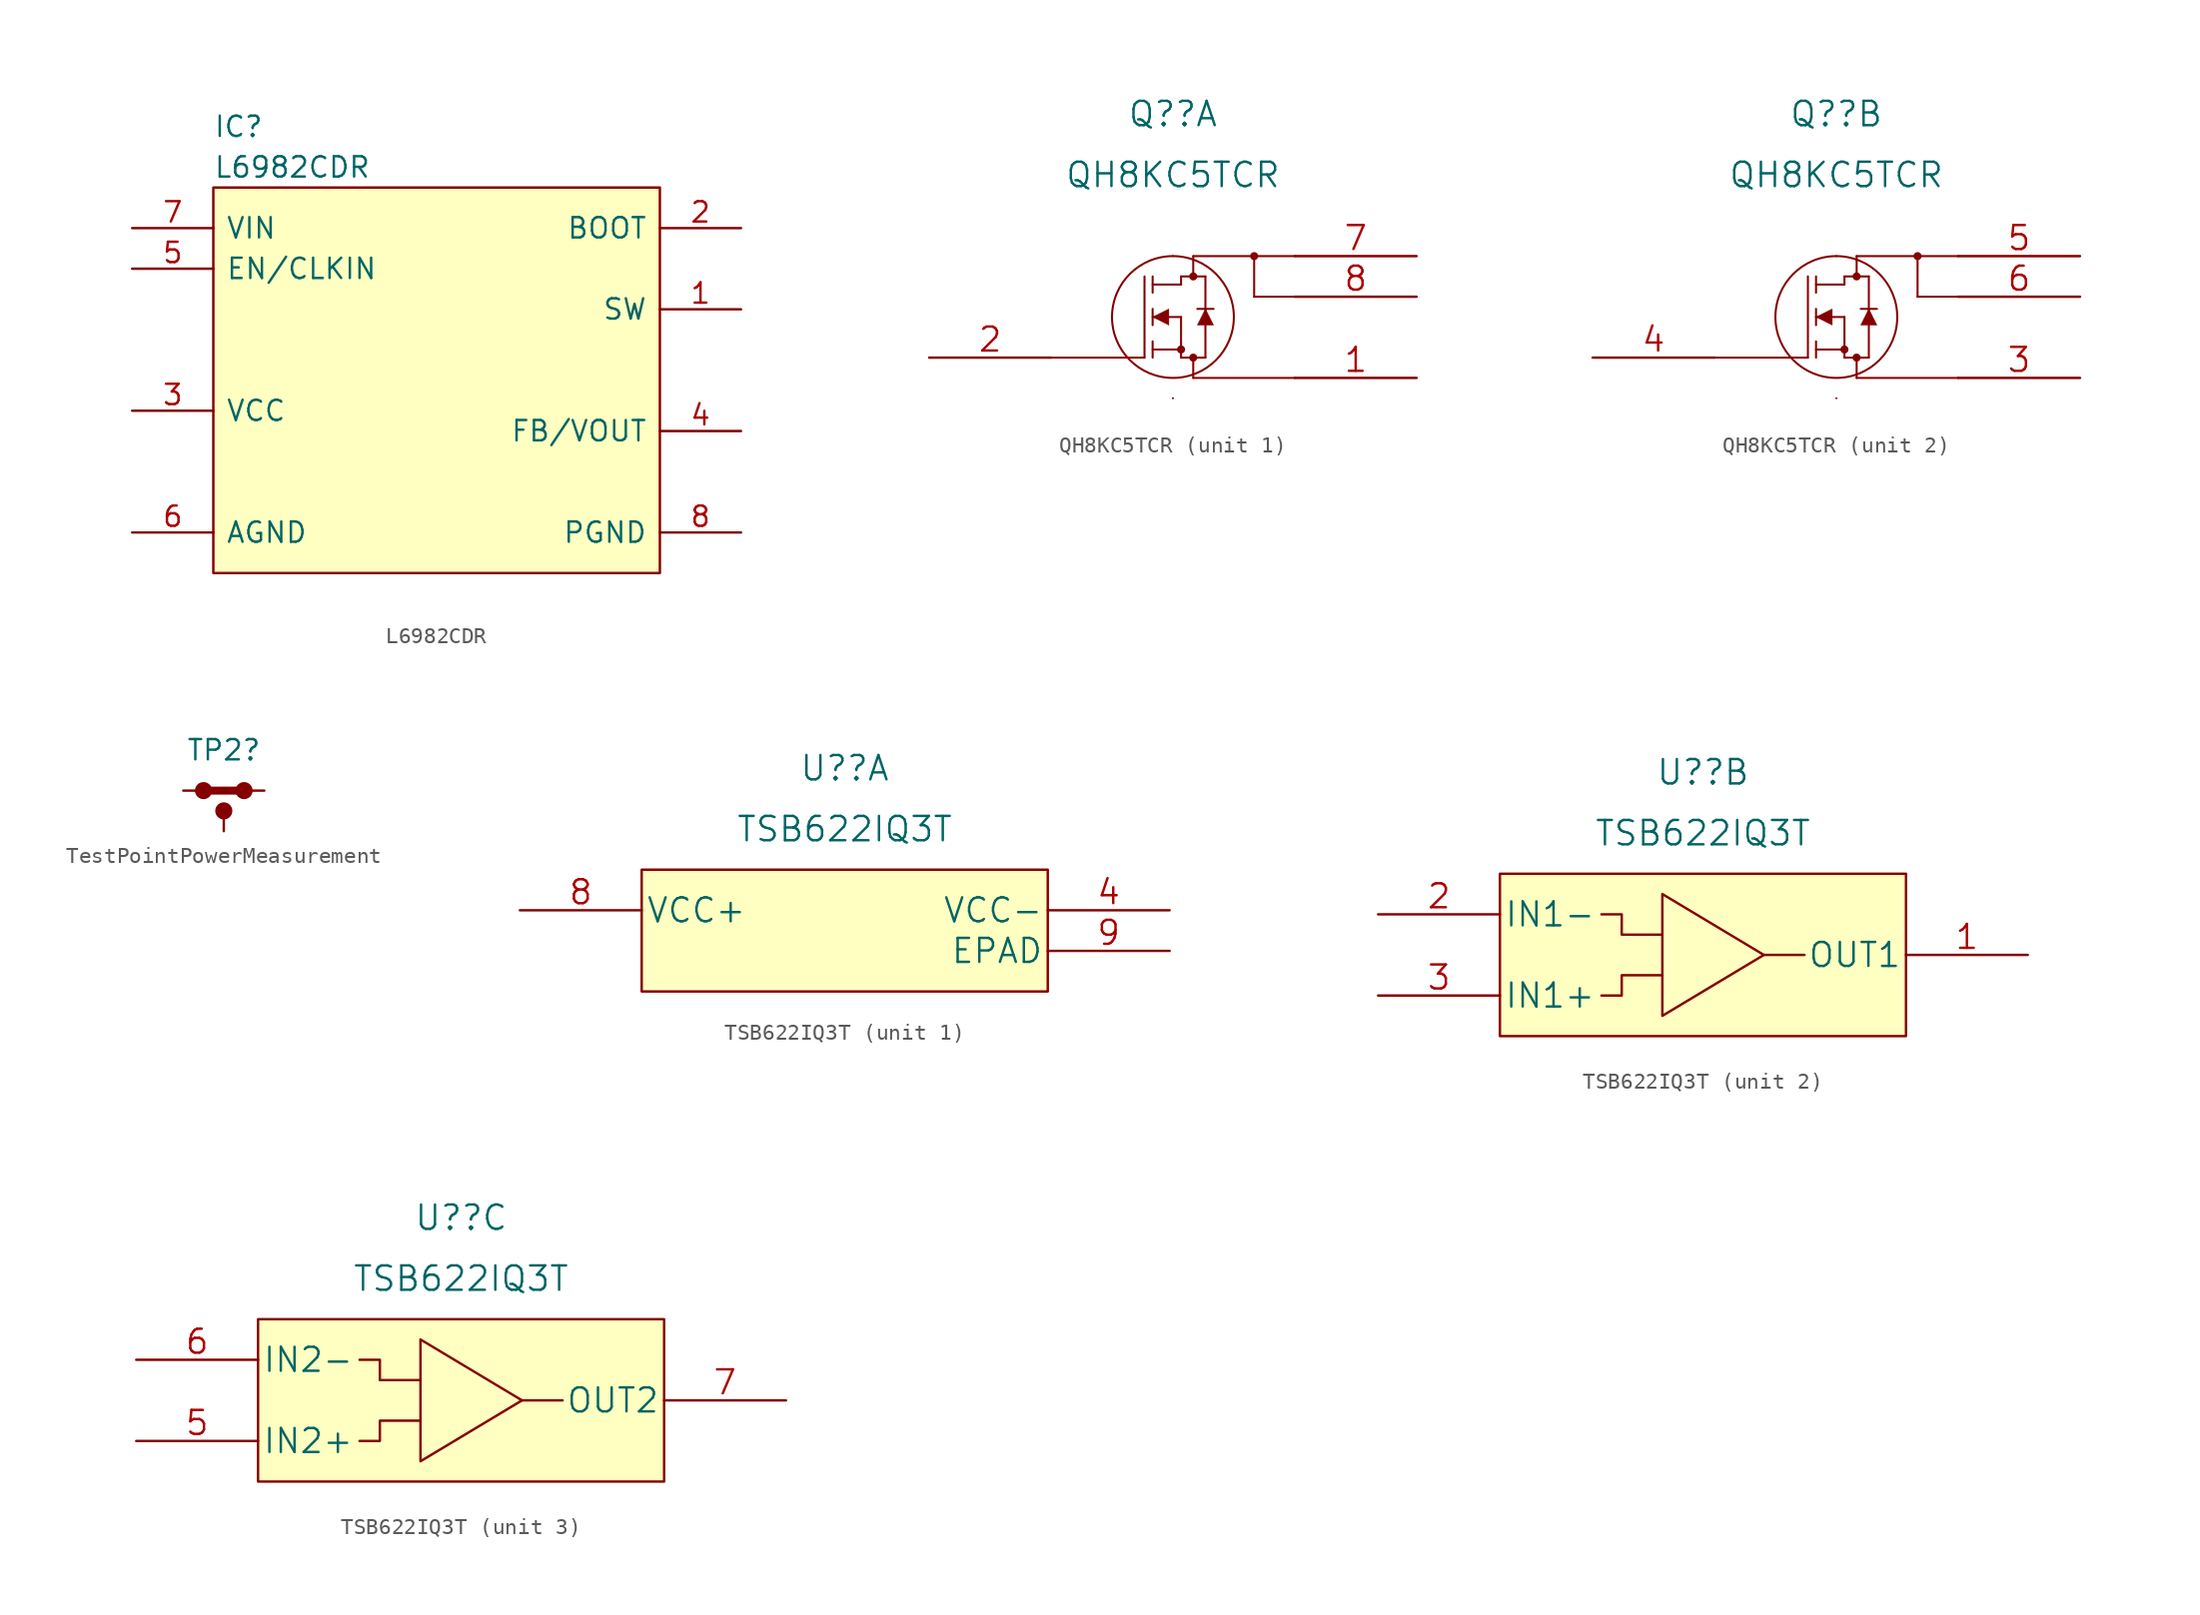
<source format=kicad_sym>
(kicad_symbol_lib
  (version 20220914)
  (generator kicad_symbol_editor)
  (symbol "L6982CDR"
    (pin_names
      (offset 0.762))
    (property "Reference" "IC"
      (at 5.08 6.35 0)
      (effects (font (size 1.27 1.27)) (justify left)))
    (property "Value" "L6982CDR"
      (at 5.08 3.81 0)
      (effects (font (size 1.27 1.27)) (justify left)))
    (symbol "L6982CDR_0_0"
      (pin passive line (at 38.1 -5.08 180) (length 5.08) (name "SW" (effects (font (size 1.27 1.27)))) (number "1" (effects (font (size 1.27 1.27)))))
      (pin passive line (at 38.1 0 180) (length 5.08) (name "BOOT" (effects (font (size 1.27 1.27)))) (number "2" (effects (font (size 1.27 1.27)))))
      (pin passive line (at 0 -11.43 0) (length 5.08) (name "VCC" (effects (font (size 1.27 1.27)))) (number "3" (effects (font (size 1.27 1.27)))))
      (pin passive line (at 38.1 -12.7 180) (length 5.08) (name "FB/VOUT" (effects (font (size 1.27 1.27)))) (number "4" (effects (font (size 1.27 1.27)))))
      (pin passive line (at 0 -2.54 0) (length 5.08) (name "EN/CLKIN" (effects (font (size 1.27 1.27)))) (number "5" (effects (font (size 1.27 1.27)))))
      (pin passive line (at 0 -19.05 0) (length 5.08) (name "AGND" (effects (font (size 1.27 1.27)))) (number "6" (effects (font (size 1.27 1.27)))))
      (pin passive line (at 0 0 0) (length 5.08) (name "VIN" (effects (font (size 1.27 1.27)))) (number "7" (effects (font (size 1.27 1.27)))))
      (pin passive line (at 38.1 -19.05 180) (length 5.08) (name "PGND" (effects (font (size 1.27 1.27)))) (number "8" (effects (font (size 1.27 1.27))))))
    (symbol "L6982CDR_0_1"
      (polyline (pts (xy 5.08 2.54) (xy 33.02 2.54) (xy 33.02 -21.59) (xy 5.08 -21.59) (xy 5.08 2.54)) (stroke (width 0.152) (type default)) (fill (type background)))))
  (symbol "QH8KC5TCR"
    (pin_names
      (offset 0.254) hide)
    (property "Reference" "Q?"
      (at 15.24 15.24 0)
      (effects (font (size 1.524 1.524))))
    (property "Value" "QH8KC5TCR"
      (at 15.24 11.43 0)
      (effects (font (size 1.524 1.524))))
    (property "Datasheet" ""
      (at 30.48 10.16 0)
      (effects (font (size 1.524 1.524))))
    (symbol "QH8KC5TCR_1_1"
      (polyline (pts (xy 7.62 0) (xy 13.462 0)) (stroke (width 0.127) (type default)) (fill (type none)))
      (polyline (pts (xy 13.462 0) (xy 13.462 5.08)) (stroke (width 0.127) (type default)) (fill (type none)))
      (polyline (pts (xy 13.97 0) (xy 13.97 1.016)) (stroke (width 0.127) (type default)) (fill (type none)))
      (polyline (pts (xy 13.97 0.508) (xy 15.748 0.508)) (stroke (width 0.127) (type default)) (fill (type none)))
      (polyline (pts (xy 13.97 2.032) (xy 13.97 3.048)) (stroke (width 0.127) (type default)) (fill (type none)))
      (polyline (pts (xy 13.97 2.54) (xy 15.748 2.54)) (stroke (width 0.127) (type default)) (fill (type none)))
      (polyline (pts (xy 13.97 4.064) (xy 13.97 5.08)) (stroke (width 0.127) (type default)) (fill (type none)))
      (polyline (pts (xy 13.97 4.572) (xy 15.748 4.572)) (stroke (width 0.127) (type default)) (fill (type none)))
      (polyline (pts (xy 15.748 0) (xy 15.748 2.54)) (stroke (width 0.127) (type default)) (fill (type none)))
      (polyline (pts (xy 15.748 0) (xy 17.272 0)) (stroke (width 0.127) (type default)) (fill (type none)))
      (polyline (pts (xy 15.748 4.572) (xy 15.748 5.08)) (stroke (width 0.127) (type default)) (fill (type none)))
      (polyline (pts (xy 15.748 5.08) (xy 17.272 5.08)) (stroke (width 0.127) (type default)) (fill (type none)))
      (polyline (pts (xy 16.51 0) (xy 16.51 -1.27)) (stroke (width 0.127) (type default)) (fill (type none)))
      (polyline (pts (xy 16.51 6.35) (xy 16.51 5.08)) (stroke (width 0.127) (type default)) (fill (type none)))
      (polyline (pts (xy 16.51 6.35) (xy 20.32 6.35)) (stroke (width 0.127) (type default)) (fill (type none)))
      (polyline (pts (xy 16.764 3.048) (xy 17.78 3.048)) (stroke (width 0.127) (type default)) (fill (type none)))
      (polyline (pts (xy 17.272 0) (xy 17.272 5.08)) (stroke (width 0.127) (type default)) (fill (type none)))
      (polyline (pts (xy 20.32 3.81) (xy 22.86 3.81)) (stroke (width 0.127) (type default)) (fill (type none)))
      (polyline (pts (xy 20.32 6.35) (xy 20.32 3.81)) (stroke (width 0.127) (type default)) (fill (type none)))
      (polyline (pts (xy 20.32 6.35) (xy 22.86 6.35)) (stroke (width 0.127) (type default)) (fill (type none)))
      (polyline (pts (xy 22.86 -1.27) (xy 16.51 -1.27)) (stroke (width 0.127) (type default)) (fill (type none)))
      (polyline (pts (xy 14.986 2.032) (xy 13.97 2.54) (xy 14.986 3.048) (xy 14.986 2.032)) (stroke (width 0.025) (type default)) (fill (type outline)))
      (polyline (pts (xy 16.764 2.032) (xy 17.78 2.032) (xy 17.272 3.048) (xy 16.764 2.032)) (stroke (width 0.025) (type default)) (fill (type outline)))
      (arc (start 15.24 -2.54) (mid 15.24 -2.54) (end 15.24 -2.54) (stroke (width 0.127) (type default)) (fill (type none)))
      (circle (center 15.24 2.54) (radius 3.81) (stroke (width 0.127) (type default)) (fill (type none)))
      (arc (start 15.24 6.35) (mid 15.24 6.35) (end 15.24 6.35) (stroke (width 0.127) (type default)) (fill (type none)))
      (circle (center 15.748 0.508) (radius 0.127) (stroke (width 0.254) (type default)) (fill (type none)))
      (circle (center 16.51 0) (radius 0.127) (stroke (width 0.254) (type default)) (fill (type none)))
      (circle (center 16.51 5.08) (radius 0.127) (stroke (width 0.254) (type default)) (fill (type none)))
      (circle (center 20.32 6.35) (radius 0.127) (stroke (width 0.254) (type default)) (fill (type none)))
      (pin unspecified line (at 30.48 -1.27 180) (length 7.62) (name "1" (effects (font (size 1.499 1.499)))) (number "1" (effects (font (size 1.499 1.499)))))
      (pin input line (at 0 0 0) (length 7.62) (name "2" (effects (font (size 1.499 1.499)))) (number "2" (effects (font (size 1.499 1.499)))))
      (pin unspecified line (at 30.48 6.35 180) (length 7.62) (name "7" (effects (font (size 1.499 1.499)))) (number "7" (effects (font (size 1.499 1.499)))))
      (pin unspecified line (at 30.48 3.81 180) (length 7.62) (name "8" (effects (font (size 1.499 1.499)))) (number "8" (effects (font (size 1.499 1.499))))))
    (symbol "QH8KC5TCR_2_1"
      (polyline (pts (xy 7.62 0) (xy 13.462 0)) (stroke (width 0.127) (type default)) (fill (type none)))
      (polyline (pts (xy 13.462 0) (xy 13.462 5.08)) (stroke (width 0.127) (type default)) (fill (type none)))
      (polyline (pts (xy 13.97 0) (xy 13.97 1.016)) (stroke (width 0.127) (type default)) (fill (type none)))
      (polyline (pts (xy 13.97 0.508) (xy 15.748 0.508)) (stroke (width 0.127) (type default)) (fill (type none)))
      (polyline (pts (xy 13.97 2.032) (xy 13.97 3.048)) (stroke (width 0.127) (type default)) (fill (type none)))
      (polyline (pts (xy 13.97 2.54) (xy 15.748 2.54)) (stroke (width 0.127) (type default)) (fill (type none)))
      (polyline (pts (xy 13.97 4.064) (xy 13.97 5.08)) (stroke (width 0.127) (type default)) (fill (type none)))
      (polyline (pts (xy 13.97 4.572) (xy 15.748 4.572)) (stroke (width 0.127) (type default)) (fill (type none)))
      (polyline (pts (xy 15.748 0) (xy 15.748 2.54)) (stroke (width 0.127) (type default)) (fill (type none)))
      (polyline (pts (xy 15.748 0) (xy 17.272 0)) (stroke (width 0.127) (type default)) (fill (type none)))
      (polyline (pts (xy 15.748 4.572) (xy 15.748 5.08)) (stroke (width 0.127) (type default)) (fill (type none)))
      (polyline (pts (xy 15.748 5.08) (xy 17.272 5.08)) (stroke (width 0.127) (type default)) (fill (type none)))
      (polyline (pts (xy 16.51 -1.27) (xy 22.86 -1.27)) (stroke (width 0.127) (type default)) (fill (type none)))
      (polyline (pts (xy 16.51 0) (xy 16.51 -1.27)) (stroke (width 0.127) (type default)) (fill (type none)))
      (polyline (pts (xy 16.51 6.35) (xy 16.51 5.08)) (stroke (width 0.127) (type default)) (fill (type none)))
      (polyline (pts (xy 16.51 6.35) (xy 20.32 6.35)) (stroke (width 0.127) (type default)) (fill (type none)))
      (polyline (pts (xy 16.764 3.048) (xy 17.78 3.048)) (stroke (width 0.127) (type default)) (fill (type none)))
      (polyline (pts (xy 17.272 0) (xy 17.272 5.08)) (stroke (width 0.127) (type default)) (fill (type none)))
      (polyline (pts (xy 20.32 3.81) (xy 22.86 3.81)) (stroke (width 0.127) (type default)) (fill (type none)))
      (polyline (pts (xy 20.32 6.35) (xy 20.32 3.81)) (stroke (width 0.127) (type default)) (fill (type none)))
      (polyline (pts (xy 20.32 6.35) (xy 22.86 6.35)) (stroke (width 0.127) (type default)) (fill (type none)))
      (polyline (pts (xy 14.986 2.032) (xy 13.97 2.54) (xy 14.986 3.048) (xy 14.986 2.032)) (stroke (width 0.025) (type default)) (fill (type outline)))
      (polyline (pts (xy 16.764 2.032) (xy 17.78 2.032) (xy 17.272 3.048) (xy 16.764 2.032)) (stroke (width 0.025) (type default)) (fill (type outline)))
      (arc (start 15.24 -2.54) (mid 15.24 -2.54) (end 15.24 -2.54) (stroke (width 0.127) (type default)) (fill (type none)))
      (circle (center 15.24 2.54) (radius 3.81) (stroke (width 0.127) (type default)) (fill (type none)))
      (arc (start 15.24 6.35) (mid 15.24 6.35) (end 15.24 6.35) (stroke (width 0.127) (type default)) (fill (type none)))
      (circle (center 15.748 0.508) (radius 0.127) (stroke (width 0.254) (type default)) (fill (type none)))
      (circle (center 16.51 0) (radius 0.127) (stroke (width 0.254) (type default)) (fill (type none)))
      (circle (center 16.51 5.08) (radius 0.127) (stroke (width 0.254) (type default)) (fill (type none)))
      (circle (center 20.32 6.35) (radius 0.127) (stroke (width 0.254) (type default)) (fill (type none)))
      (pin unspecified line (at 30.48 -1.27 180) (length 7.62) (name "3" (effects (font (size 1.499 1.499)))) (number "3" (effects (font (size 1.499 1.499)))))
      (pin input line (at 0 0 0) (length 7.62) (name "4" (effects (font (size 1.499 1.499)))) (number "4" (effects (font (size 1.499 1.499)))))
      (pin unspecified line (at 30.48 6.35 180) (length 7.62) (name "5" (effects (font (size 1.499 1.499)))) (number "5" (effects (font (size 1.499 1.499)))))
      (pin unspecified line (at 30.48 3.81 180) (length 7.62) (name "6" (effects (font (size 1.499 1.499)))) (number "6" (effects (font (size 1.499 1.499)))))))
  (symbol "TestPointPowerMeasurement"
    (pin_numbers hide)
    (pin_names
      (offset 0) hide)
    (property "Reference" "TP2"
      (at 2.54 2.54 0)
      (effects (font (size 1.27 1.27))))
    (symbol "TestPointPowerMeasurement_0_1"
      (polyline (pts (xy 1.27 0) (xy 3.81 0)) (stroke (width 0.5) (type default)) (fill (type none)))
      (circle (center 1.27 0) (radius 0.46) (stroke (width 0) (type default)) (fill (type outline)))
      (circle (center 2.54 -1.27) (radius 0.46) (stroke (width 0) (type default)) (fill (type outline)))
      (circle (center 3.81 0) (radius 0.46) (stroke (width 0) (type default)) (fill (type outline))))
    (symbol "TestPointPowerMeasurement_1_1"
      (pin passive line (at 0 0 0) (length 1.27) (name "~" (effects (font (size 1.27 1.27)))) (number "1" (effects (font (size 1.27 1.27)))))
      (pin power_out line (at 5.08 0 180) (length 1.27) (name "Vout" (effects (font (size 1.27 1.27)))) (number "2" (effects (font (size 1.27 1.27)))))
      (pin free line (at 2.54 -2.54 90) (length 1.27) (name "GND" (effects (font (size 1.27 1.27)))) (number "3" (effects (font (size 1.27 1.27)))))))
  (symbol "TSB622IQ3T"
    (pin_names
      (offset 0.254))
    (property "Reference" "U?"
      (at 20.32 8.89 0)
      (effects (font (size 1.524 1.524))))
    (property "Value" "TSB622IQ3T"
      (at 20.32 5.08 0)
      (effects (font (size 1.524 1.524))))
    (property "Datasheet" ""
      (at 0 -1.27 0)
      (effects (font (size 1.524 1.524))))
    (property "ki_locked" ""
      (at 0 0 0)
      (effects (font (size 1.27 1.27))))
    (symbol "TSB622IQ3T_1_1"
      (polyline (pts (xy 7.62 2.54) (xy 33.02 2.54) (xy 33.02 -5.08) (xy 7.62 -5.08) (xy 7.62 2.54)) (stroke (width 0.152) (type default)) (fill (type background)))
      (pin power_in line (at 40.64 0 180) (length 7.62) (name "VCC-" (effects (font (size 1.499 1.499)))) (number "4" (effects (font (size 1.499 1.499)))))
      (pin power_in line (at 0 0 0) (length 7.62) (name "VCC+" (effects (font (size 1.499 1.499)))) (number "8" (effects (font (size 1.499 1.499)))))
      (pin power_in line (at 40.64 -2.54 180) (length 7.62) (name "EPAD" (effects (font (size 1.499 1.499)))) (number "9" (effects (font (size 1.499 1.499))))))
    (symbol "TSB622IQ3T_2_0"
      (polyline (pts (xy 24.13 -2.54) (xy 26.67 -2.54)) (stroke (width 0) (type default)) (fill (type none)))
      (polyline (pts (xy 13.97 -5.08) (xy 15.24 -5.08) (xy 15.24 -3.81) (xy 17.78 -3.81)) (stroke (width 0) (type default)) (fill (type none)))
      (polyline (pts (xy 13.97 0) (xy 15.24 0) (xy 15.24 -1.27) (xy 17.78 -1.27)) (stroke (width 0) (type default)) (fill (type none))))
    (symbol "TSB622IQ3T_2_1"
      (polyline (pts (xy 17.78 1.27) (xy 17.78 -6.35) (xy 24.13 -2.54) (xy 17.78 1.27)) (stroke (width 0) (type default)) (fill (type none)))
      (polyline (pts (xy 7.62 2.54) (xy 33.02 2.54) (xy 33.02 -7.62) (xy 7.62 -7.62) (xy 7.62 2.54)) (stroke (width 0.152) (type default)) (fill (type background)))
      (pin output line (at 40.64 -2.54 180) (length 7.62) (name "OUT1" (effects (font (size 1.499 1.499)))) (number "1" (effects (font (size 1.499 1.499)))))
      (pin input line (at 0 0 0) (length 7.62) (name "IN1-" (effects (font (size 1.499 1.499)))) (number "2" (effects (font (size 1.499 1.499)))))
      (pin input line (at 0 -5.08 0) (length 7.62) (name "IN1+" (effects (font (size 1.499 1.499)))) (number "3" (effects (font (size 1.499 1.499))))))
    (symbol "TSB622IQ3T_3_0"
      (polyline (pts (xy 24.13 -2.54) (xy 26.67 -2.54)) (stroke (width 0) (type default)) (fill (type none)))
      (polyline (pts (xy 13.97 -5.08) (xy 15.24 -5.08) (xy 15.24 -3.81) (xy 17.78 -3.81)) (stroke (width 0) (type default)) (fill (type none)))
      (polyline (pts (xy 13.97 0) (xy 15.24 0) (xy 15.24 -1.27) (xy 17.78 -1.27)) (stroke (width 0) (type default)) (fill (type none))))
    (symbol "TSB622IQ3T_3_1"
      (polyline (pts (xy 17.78 1.27) (xy 17.78 -6.35) (xy 24.13 -2.54) (xy 17.78 1.27)) (stroke (width 0) (type default)) (fill (type none)))
      (polyline (pts (xy 7.62 2.54) (xy 33.02 2.54) (xy 33.02 -7.62) (xy 7.62 -7.62) (xy 7.62 2.54)) (stroke (width 0.152) (type default)) (fill (type background)))
      (pin input line (at 0 -5.08 0) (length 7.62) (name "IN2+" (effects (font (size 1.499 1.499)))) (number "5" (effects (font (size 1.499 1.499)))))
      (pin input line (at 0 0 0) (length 7.62) (name "IN2-" (effects (font (size 1.499 1.499)))) (number "6" (effects (font (size 1.499 1.499)))))
      (pin output line (at 40.64 -2.54 180) (length 7.62) (name "OUT2" (effects (font (size 1.499 1.499)))) (number "7" (effects (font (size 1.499 1.499))))))))
</source>
